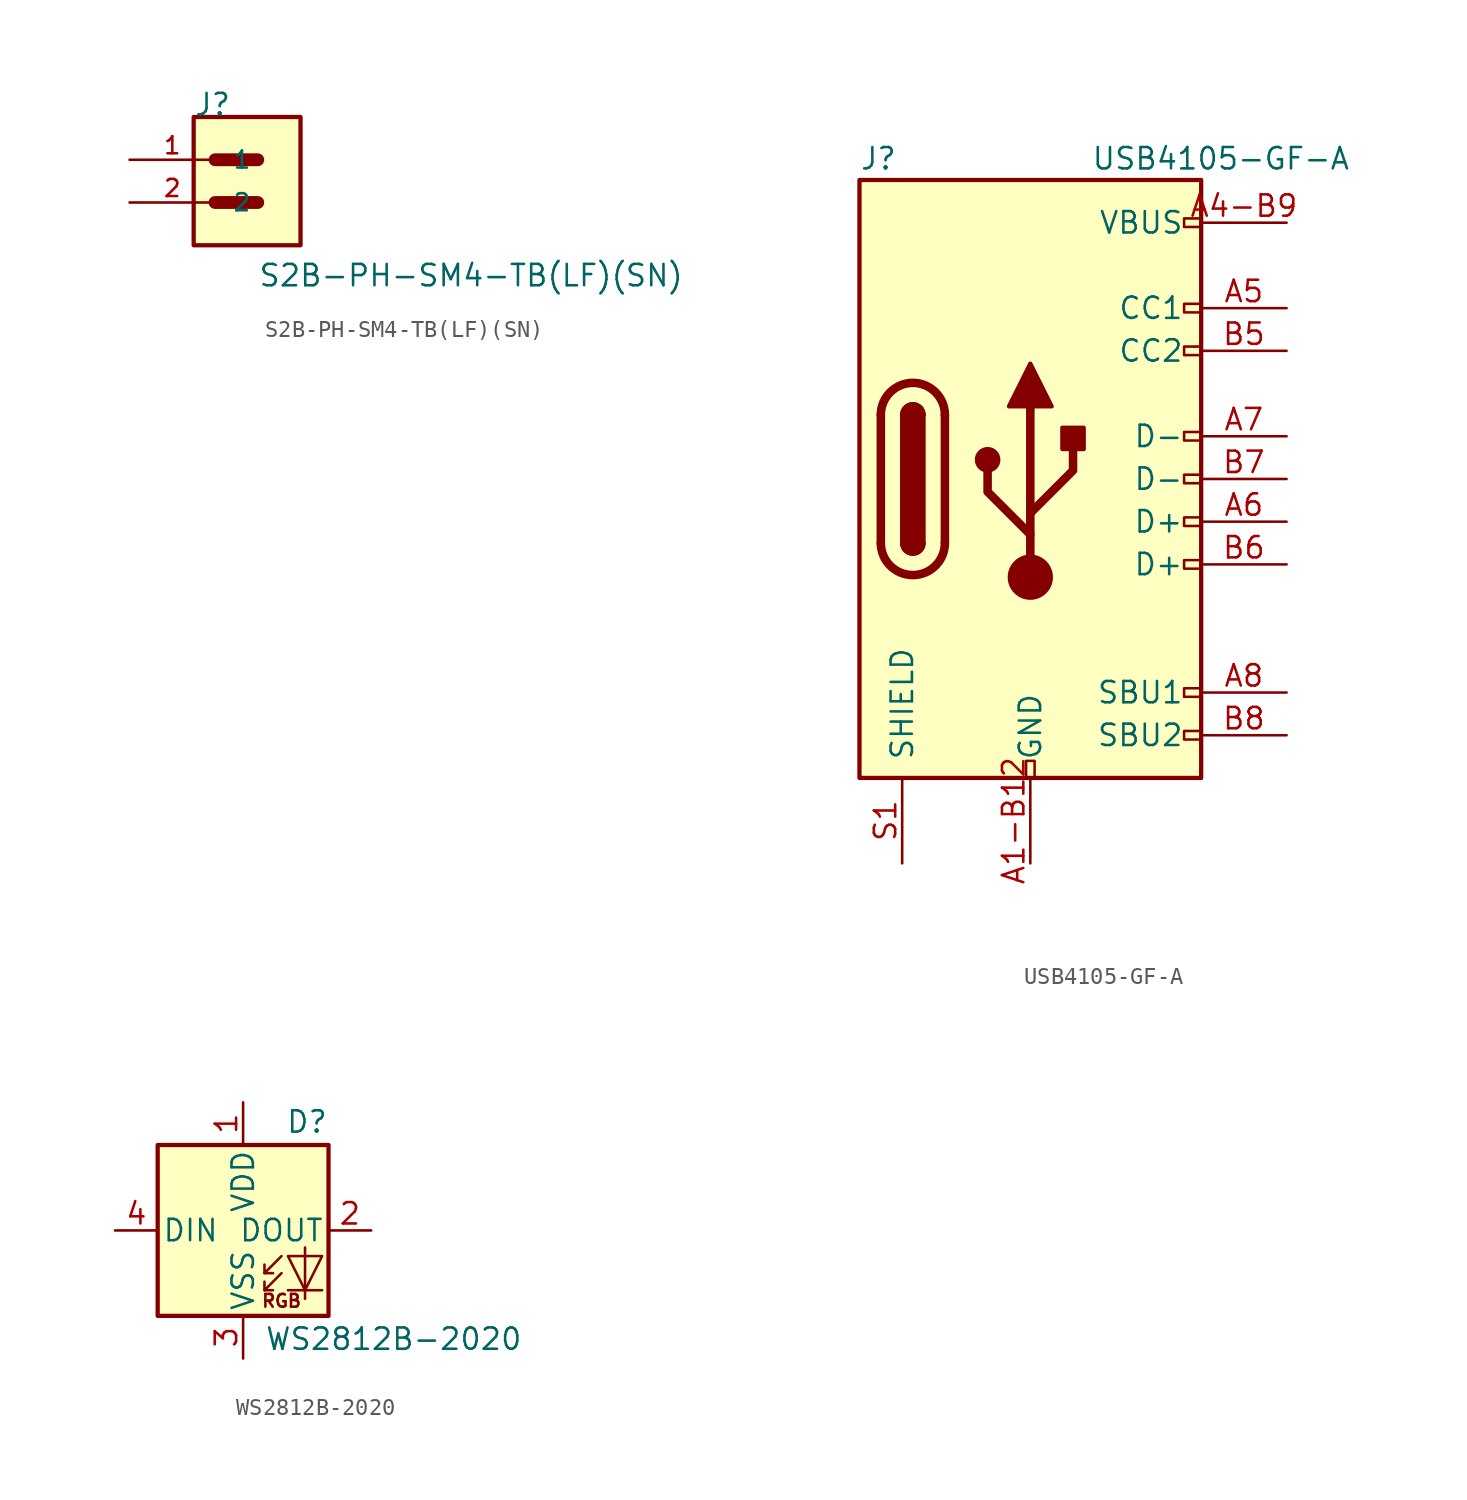
<source format=kicad_sym>
(kicad_symbol_lib
  (version 20211014)
  (generator kicad_symbol_editor)
  (symbol "S2B-PH-SM4-TB(LF)(SN)"
    (pin_names
      (offset 1.016))
    (property "Reference" "J"
      (at -1.27 3.81 0)
      (effects (font (size 1.27 1.27)) (justify left bottom)))
    (property "Value" "S2B-PH-SM4-TB(LF)(SN)"
      (at 2.54 -6.35 0)
      (effects (font (size 1.27 1.27)) (justify left bottom)))
    (symbol "S2B-PH-SM4-TB(LF)(SN)_0_0"
      (rectangle (start -1.27 -3.81) (end 5.08 3.81) (stroke (width 0.254) (type default) (color 0 0 0 0)) (fill (type background)))
      (polyline (pts (xy 0 -1.27) (xy 2.54 -1.27)) (stroke (width 0.762) (type default) (color 0 0 0 0)) (fill (type none)))
      (polyline (pts (xy 0 1.27) (xy 2.54 1.27)) (stroke (width 0.762) (type default) (color 0 0 0 0)) (fill (type none)))
      (pin passive line (at -5.08 1.27 0) (length 5.08) (name "1" (effects (font (size 1.016 1.016)))) (number "1" (effects (font (size 1.016 1.016)))))
      (pin passive line (at -5.08 -1.27 0) (length 5.08) (name "2" (effects (font (size 1.016 1.016)))) (number "2" (effects (font (size 1.016 1.016)))))))
  (symbol "USB4105-GF-A"
    (pin_names
      (offset 1.016))
    (property "Reference" "J"
      (at -10.16 19.05 0)
      (effects (font (size 1.27 1.27)) (justify left)))
    (property "Value" "USB4105-GF-A"
      (at 19.05 19.05 0)
      (effects (font (size 1.27 1.27)) (justify right)))
    (symbol "USB4105-GF-A_0_0"
      (rectangle (start -0.254 -17.78) (end 0.254 -16.764) (stroke (width 0) (type default) (color 0 0 0 0)) (fill (type none)))
      (rectangle (start 10.16 -14.986) (end 9.144 -15.494) (stroke (width 0) (type default) (color 0 0 0 0)) (fill (type none)))
      (rectangle (start 10.16 -12.446) (end 9.144 -12.954) (stroke (width 0) (type default) (color 0 0 0 0)) (fill (type none)))
      (rectangle (start 10.16 -4.826) (end 9.144 -5.334) (stroke (width 0) (type default) (color 0 0 0 0)) (fill (type none)))
      (rectangle (start 10.16 -2.286) (end 9.144 -2.794) (stroke (width 0) (type default) (color 0 0 0 0)) (fill (type none)))
      (rectangle (start 10.16 0.254) (end 9.144 -0.254) (stroke (width 0) (type default) (color 0 0 0 0)) (fill (type none)))
      (rectangle (start 10.16 2.794) (end 9.144 2.286) (stroke (width 0) (type default) (color 0 0 0 0)) (fill (type none)))
      (rectangle (start 10.16 7.874) (end 9.144 7.366) (stroke (width 0) (type default) (color 0 0 0 0)) (fill (type none)))
      (rectangle (start 10.16 10.414) (end 9.144 9.906) (stroke (width 0) (type default) (color 0 0 0 0)) (fill (type none)))
      (rectangle (start 10.16 15.494) (end 9.144 14.986) (stroke (width 0) (type default) (color 0 0 0 0)) (fill (type none))))
    (symbol "USB4105-GF-A_0_1"
      (rectangle (start -10.16 17.78) (end 10.16 -17.78) (stroke (width 0.254) (type default) (color 0 0 0 0)) (fill (type background)))
      (arc (start -8.89 -3.81) (mid -6.985 -5.715) (end -5.08 -3.81) (stroke (width 0.508) (type default) (color 0 0 0 0)) (fill (type none)))
      (arc (start -7.62 -3.81) (mid -6.985 -4.445) (end -6.35 -3.81) (stroke (width 0.254) (type default) (color 0 0 0 0)) (fill (type none)))
      (arc (start -7.62 -3.81) (mid -6.985 -4.445) (end -6.35 -3.81) (stroke (width 0.254) (type default) (color 0 0 0 0)) (fill (type outline)))
      (rectangle (start -7.62 -3.81) (end -6.35 3.81) (stroke (width 0.254) (type default) (color 0 0 0 0)) (fill (type outline)))
      (arc (start -6.35 3.81) (mid -6.985 4.445) (end -7.62 3.81) (stroke (width 0.254) (type default) (color 0 0 0 0)) (fill (type none)))
      (arc (start -6.35 3.81) (mid -6.985 4.445) (end -7.62 3.81) (stroke (width 0.254) (type default) (color 0 0 0 0)) (fill (type outline)))
      (arc (start -5.08 3.81) (mid -6.985 5.715) (end -8.89 3.81) (stroke (width 0.508) (type default) (color 0 0 0 0)) (fill (type none)))
      (circle (center -2.54 1.143) (radius 0.635) (stroke (width 0.254) (type default) (color 0 0 0 0)) (fill (type outline)))
      (circle (center 0 -5.842) (radius 1.27) (stroke (width 0) (type default) (color 0 0 0 0)) (fill (type outline)))
      (polyline (pts (xy -8.89 -3.81) (xy -8.89 3.81)) (stroke (width 0.508) (type default) (color 0 0 0 0)) (fill (type none)))
      (polyline (pts (xy -5.08 3.81) (xy -5.08 -3.81)) (stroke (width 0.508) (type default) (color 0 0 0 0)) (fill (type none)))
      (polyline (pts (xy 0 -5.842) (xy 0 4.318)) (stroke (width 0.508) (type default) (color 0 0 0 0)) (fill (type none)))
      (polyline (pts (xy 0 -3.302) (xy -2.54 -0.762) (xy -2.54 0.508)) (stroke (width 0.508) (type default) (color 0 0 0 0)) (fill (type none)))
      (polyline (pts (xy 0 -2.032) (xy 2.54 0.508) (xy 2.54 1.778)) (stroke (width 0.508) (type default) (color 0 0 0 0)) (fill (type none)))
      (polyline (pts (xy -1.27 4.318) (xy 0 6.858) (xy 1.27 4.318) (xy -1.27 4.318)) (stroke (width 0.254) (type default) (color 0 0 0 0)) (fill (type outline)))
      (rectangle (start 1.905 1.778) (end 3.175 3.048) (stroke (width 0.254) (type default) (color 0 0 0 0)) (fill (type outline))))
    (symbol "USB4105-GF-A_1_1"
      (pin passive line (at 0 -22.86 90) (length 5.08) (name "GND" (effects (font (size 1.27 1.27)))) (number "A1-B12" (effects (font (size 1.27 1.27)))))
      (pin passive line (at 15.24 15.24 180) (length 5.08) (name "VBUS" (effects (font (size 1.27 1.27)))) (number "A4-B9" (effects (font (size 1.27 1.27)))))
      (pin bidirectional line (at 15.24 10.16 180) (length 5.08) (name "CC1" (effects (font (size 1.27 1.27)))) (number "A5" (effects (font (size 1.27 1.27)))))
      (pin bidirectional line (at 15.24 -2.54 180) (length 5.08) (name "D+" (effects (font (size 1.27 1.27)))) (number "A6" (effects (font (size 1.27 1.27)))))
      (pin bidirectional line (at 15.24 2.54 180) (length 5.08) (name "D-" (effects (font (size 1.27 1.27)))) (number "A7" (effects (font (size 1.27 1.27)))))
      (pin bidirectional line (at 15.24 -12.7 180) (length 5.08) (name "SBU1" (effects (font (size 1.27 1.27)))) (number "A8" (effects (font (size 1.27 1.27)))))
      (pin passive line (at 0 -22.86 90) (length 5.08) hide (name "GND" (effects (font (size 1.27 1.27)))) (number "B1-A12" (effects (font (size 1.27 1.27)))))
      (pin passive line (at 15.24 15.24 180) (length 5.08) hide (name "VBUS" (effects (font (size 1.27 1.27)))) (number "B4-A9" (effects (font (size 1.27 1.27)))))
      (pin bidirectional line (at 15.24 7.62 180) (length 5.08) (name "CC2" (effects (font (size 1.27 1.27)))) (number "B5" (effects (font (size 1.27 1.27)))))
      (pin bidirectional line (at 15.24 -5.08 180) (length 5.08) (name "D+" (effects (font (size 1.27 1.27)))) (number "B6" (effects (font (size 1.27 1.27)))))
      (pin bidirectional line (at 15.24 0 180) (length 5.08) (name "D-" (effects (font (size 1.27 1.27)))) (number "B7" (effects (font (size 1.27 1.27)))))
      (pin bidirectional line (at 15.24 -15.24 180) (length 5.08) (name "SBU2" (effects (font (size 1.27 1.27)))) (number "B8" (effects (font (size 1.27 1.27)))))
      (pin passive line (at -7.62 -22.86 90) (length 5.08) (name "SHIELD" (effects (font (size 1.27 1.27)))) (number "S1" (effects (font (size 1.27 1.27)))))))
  (symbol "WS2812B-2020"
    (pin_names
      (offset 0.254))
    (property "Reference" "D"
      (at 5.08 5.715 0)
      (effects (font (size 1.27 1.27)) (justify right bottom)))
    (property "Value" "WS2812B-2020"
      (at 1.27 -5.715 0)
      (effects (font (size 1.27 1.27)) (justify left top)))
    (symbol "WS2812B-2020_0_0"
      (text "RGB" (at 2.286 -4.191 0) (effects (font (size 0.762 0.762)))))
    (symbol "WS2812B-2020_0_1"
      (polyline (pts (xy 1.27 -3.556) (xy 1.778 -3.556)) (stroke (width 0) (type default) (color 0 0 0 0)) (fill (type none)))
      (polyline (pts (xy 1.27 -2.54) (xy 1.778 -2.54)) (stroke (width 0) (type default) (color 0 0 0 0)) (fill (type none)))
      (polyline (pts (xy 4.699 -3.556) (xy 2.667 -3.556)) (stroke (width 0) (type default) (color 0 0 0 0)) (fill (type none)))
      (polyline (pts (xy 2.286 -2.54) (xy 1.27 -3.556) (xy 1.27 -3.048)) (stroke (width 0) (type default) (color 0 0 0 0)) (fill (type none)))
      (polyline (pts (xy 2.286 -1.524) (xy 1.27 -2.54) (xy 1.27 -2.032)) (stroke (width 0) (type default) (color 0 0 0 0)) (fill (type none)))
      (polyline (pts (xy 3.683 -1.016) (xy 3.683 -3.556) (xy 3.683 -4.064)) (stroke (width 0) (type default) (color 0 0 0 0)) (fill (type none)))
      (polyline (pts (xy 4.699 -1.524) (xy 2.667 -1.524) (xy 3.683 -3.556) (xy 4.699 -1.524)) (stroke (width 0) (type default) (color 0 0 0 0)) (fill (type none)))
      (rectangle (start 5.08 5.08) (end -5.08 -5.08) (stroke (width 0.254) (type default) (color 0 0 0 0)) (fill (type background))))
    (symbol "WS2812B-2020_1_1"
      (pin power_in line (at 0 7.62 270) (length 2.54) (name "VDD" (effects (font (size 1.27 1.27)))) (number "1" (effects (font (size 1.27 1.27)))))
      (pin output line (at 7.62 0 180) (length 2.54) (name "DOUT" (effects (font (size 1.27 1.27)))) (number "2" (effects (font (size 1.27 1.27)))))
      (pin power_in line (at 0 -7.62 90) (length 2.54) (name "VSS" (effects (font (size 1.27 1.27)))) (number "3" (effects (font (size 1.27 1.27)))))
      (pin input line (at -7.62 0 0) (length 2.54) (name "DIN" (effects (font (size 1.27 1.27)))) (number "4" (effects (font (size 1.27 1.27))))))))
</source>
